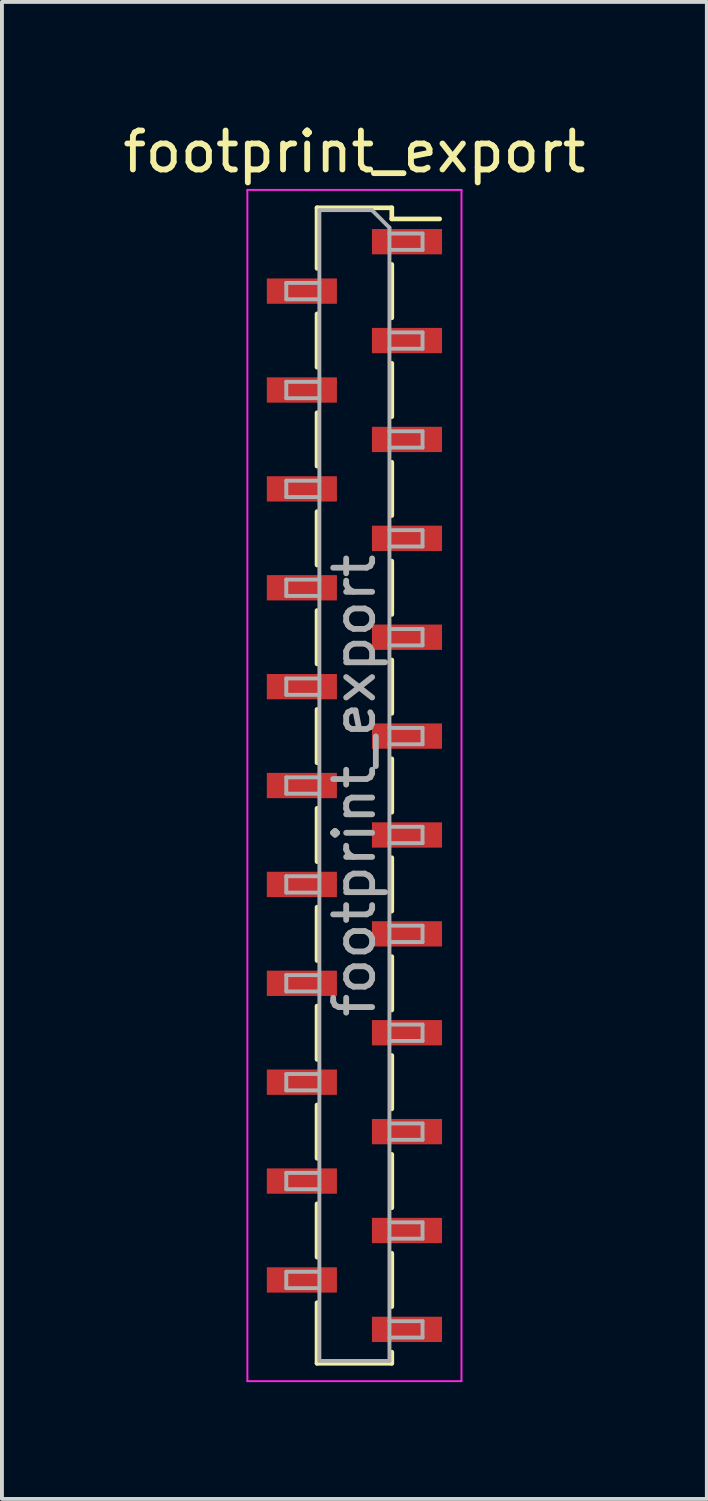
<source format=kicad_pcb>
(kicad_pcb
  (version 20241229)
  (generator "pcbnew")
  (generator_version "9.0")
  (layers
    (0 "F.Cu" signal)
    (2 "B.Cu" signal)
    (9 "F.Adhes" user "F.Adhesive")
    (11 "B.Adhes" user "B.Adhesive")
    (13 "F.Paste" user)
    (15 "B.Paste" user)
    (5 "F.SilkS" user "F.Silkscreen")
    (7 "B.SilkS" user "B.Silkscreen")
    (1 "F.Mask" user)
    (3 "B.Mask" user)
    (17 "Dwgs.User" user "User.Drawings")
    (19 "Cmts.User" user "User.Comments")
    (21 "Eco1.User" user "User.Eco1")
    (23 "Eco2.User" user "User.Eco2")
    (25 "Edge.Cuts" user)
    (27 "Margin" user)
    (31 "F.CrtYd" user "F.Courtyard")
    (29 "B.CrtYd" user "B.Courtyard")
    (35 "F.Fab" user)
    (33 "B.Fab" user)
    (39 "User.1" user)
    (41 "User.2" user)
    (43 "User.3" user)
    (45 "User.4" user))
  (footprint "footprint_export"
    (layer "F.Cu")
    (at 6.054 17.128)
    (property "Reference" "footprint_export" (at 0 -16.28 0) (layer "F.SilkS") (effects (font (size 1 1) (thickness 0.15))))
    (attr smd)
    (fp_line (start -0.96 -14.84) (end -0.96 -13.285) (stroke (width 0.12) (type solid)) (layer "F.SilkS"))
    (fp_line (start -0.96 -14.84) (end 0.96 -14.84) (stroke (width 0.12) (type solid)) (layer "F.SilkS"))
    (fp_line (start -0.96 -12.115) (end -0.96 -10.745) (stroke (width 0.12) (type solid)) (layer "F.SilkS"))
    (fp_line (start -0.96 -9.575) (end -0.96 -8.205) (stroke (width 0.12) (type solid)) (layer "F.SilkS"))
    (fp_line (start -0.96 -7.035) (end -0.96 -5.665) (stroke (width 0.12) (type solid)) (layer "F.SilkS"))
    (fp_line (start -0.96 -4.495) (end -0.96 -3.125) (stroke (width 0.12) (type solid)) (layer "F.SilkS"))
    (fp_line (start -0.96 -1.955) (end -0.96 -0.585) (stroke (width 0.12) (type solid)) (layer "F.SilkS"))
    (fp_line (start -0.96 0.585) (end -0.96 1.955) (stroke (width 0.12) (type solid)) (layer "F.SilkS"))
    (fp_line (start -0.96 3.125) (end -0.96 4.495) (stroke (width 0.12) (type solid)) (layer "F.SilkS"))
    (fp_line (start -0.96 5.665) (end -0.96 7.035) (stroke (width 0.12) (type solid)) (layer "F.SilkS"))
    (fp_line (start -0.96 8.205) (end -0.96 9.575) (stroke (width 0.12) (type solid)) (layer "F.SilkS"))
    (fp_line (start -0.96 10.745) (end -0.96 12.115) (stroke (width 0.12) (type solid)) (layer "F.SilkS"))
    (fp_line (start -0.96 13.285) (end -0.96 14.84) (stroke (width 0.12) (type solid)) (layer "F.SilkS"))
    (fp_line (start -0.96 14.84) (end 0.96 14.84) (stroke (width 0.12) (type solid)) (layer "F.SilkS"))
    (fp_line (start 0.96 -14.84) (end 0.96 -14.555) (stroke (width 0.12) (type solid)) (layer "F.SilkS"))
    (fp_line (start 0.96 -14.555) (end 2.19 -14.555) (stroke (width 0.12) (type solid)) (layer "F.SilkS"))
    (fp_line (start 0.96 -13.385) (end 0.96 -12.015) (stroke (width 0.12) (type solid)) (layer "F.SilkS"))
    (fp_line (start 0.96 -10.845) (end 0.96 -9.475) (stroke (width 0.12) (type solid)) (layer "F.SilkS"))
    (fp_line (start 0.96 -8.305) (end 0.96 -6.935) (stroke (width 0.12) (type solid)) (layer "F.SilkS"))
    (fp_line (start 0.96 -5.765) (end 0.96 -4.395) (stroke (width 0.12) (type solid)) (layer "F.SilkS"))
    (fp_line (start 0.96 -3.225) (end 0.96 -1.855) (stroke (width 0.12) (type solid)) (layer "F.SilkS"))
    (fp_line (start 0.96 -0.685) (end 0.96 0.685) (stroke (width 0.12) (type solid)) (layer "F.SilkS"))
    (fp_line (start 0.96 1.855) (end 0.96 3.225) (stroke (width 0.12) (type solid)) (layer "F.SilkS"))
    (fp_line (start 0.96 4.395) (end 0.96 5.765) (stroke (width 0.12) (type solid)) (layer "F.SilkS"))
    (fp_line (start 0.96 6.935) (end 0.96 8.305) (stroke (width 0.12) (type solid)) (layer "F.SilkS"))
    (fp_line (start 0.96 9.475) (end 0.96 10.845) (stroke (width 0.12) (type solid)) (layer "F.SilkS"))
    (fp_line (start 0.96 12.015) (end 0.96 13.385) (stroke (width 0.12) (type solid)) (layer "F.SilkS"))
    (fp_line (start 0.96 14.555) (end 0.96 14.84) (stroke (width 0.12) (type solid)) (layer "F.SilkS"))
    (fp_line (start -2.75 -15.3) (end 2.75 -15.3) (stroke (width 0.05) (type solid)) (layer "F.CrtYd"))
    (fp_line (start -2.75 15.3) (end -2.75 -15.3) (stroke (width 0.05) (type solid)) (layer "F.CrtYd"))
    (fp_line (start 2.75 -15.3) (end 2.75 15.3) (stroke (width 0.05) (type solid)) (layer "F.CrtYd"))
    (fp_line (start 2.75 15.3) (end -2.75 15.3) (stroke (width 0.05) (type solid)) (layer "F.CrtYd"))
    (fp_line (start -1.75 -12.91) (end -0.9 -12.91) (stroke (width 0.1) (type solid)) (layer "F.Fab"))
    (fp_line (start -1.75 -12.49) (end -1.75 -12.91) (stroke (width 0.1) (type solid)) (layer "F.Fab"))
    (fp_line (start -1.75 -10.37) (end -0.9 -10.37) (stroke (width 0.1) (type solid)) (layer "F.Fab"))
    (fp_line (start -1.75 -9.95) (end -1.75 -10.37) (stroke (width 0.1) (type solid)) (layer "F.Fab"))
    (fp_line (start -1.75 -7.83) (end -0.9 -7.83) (stroke (width 0.1) (type solid)) (layer "F.Fab"))
    (fp_line (start -1.75 -7.41) (end -1.75 -7.83) (stroke (width 0.1) (type solid)) (layer "F.Fab"))
    (fp_line (start -1.75 -5.29) (end -0.9 -5.29) (stroke (width 0.1) (type solid)) (layer "F.Fab"))
    (fp_line (start -1.75 -4.87) (end -1.75 -5.29) (stroke (width 0.1) (type solid)) (layer "F.Fab"))
    (fp_line (start -1.75 -2.75) (end -0.9 -2.75) (stroke (width 0.1) (type solid)) (layer "F.Fab"))
    (fp_line (start -1.75 -2.33) (end -1.75 -2.75) (stroke (width 0.1) (type solid)) (layer "F.Fab"))
    (fp_line (start -1.75 -0.21) (end -0.9 -0.21) (stroke (width 0.1) (type solid)) (layer "F.Fab"))
    (fp_line (start -1.75 0.21) (end -1.75 -0.21) (stroke (width 0.1) (type solid)) (layer "F.Fab"))
    (fp_line (start -1.75 2.33) (end -0.9 2.33) (stroke (width 0.1) (type solid)) (layer "F.Fab"))
    (fp_line (start -1.75 2.75) (end -1.75 2.33) (stroke (width 0.1) (type solid)) (layer "F.Fab"))
    (fp_line (start -1.75 4.87) (end -0.9 4.87) (stroke (width 0.1) (type solid)) (layer "F.Fab"))
    (fp_line (start -1.75 5.29) (end -1.75 4.87) (stroke (width 0.1) (type solid)) (layer "F.Fab"))
    (fp_line (start -1.75 7.41) (end -0.9 7.41) (stroke (width 0.1) (type solid)) (layer "F.Fab"))
    (fp_line (start -1.75 7.83) (end -1.75 7.41) (stroke (width 0.1) (type solid)) (layer "F.Fab"))
    (fp_line (start -1.75 9.95) (end -0.9 9.95) (stroke (width 0.1) (type solid)) (layer "F.Fab"))
    (fp_line (start -1.75 10.37) (end -1.75 9.95) (stroke (width 0.1) (type solid)) (layer "F.Fab"))
    (fp_line (start -1.75 12.49) (end -0.9 12.49) (stroke (width 0.1) (type solid)) (layer "F.Fab"))
    (fp_line (start -1.75 12.91) (end -1.75 12.49) (stroke (width 0.1) (type solid)) (layer "F.Fab"))
    (fp_line (start -0.9 -14.78) (end 0.45 -14.78) (stroke (width 0.1) (type solid)) (layer "F.Fab"))
    (fp_line (start -0.9 -12.49) (end -1.75 -12.49) (stroke (width 0.1) (type solid)) (layer "F.Fab"))
    (fp_line (start -0.9 -9.95) (end -1.75 -9.95) (stroke (width 0.1) (type solid)) (layer "F.Fab"))
    (fp_line (start -0.9 -7.41) (end -1.75 -7.41) (stroke (width 0.1) (type solid)) (layer "F.Fab"))
    (fp_line (start -0.9 -4.87) (end -1.75 -4.87) (stroke (width 0.1) (type solid)) (layer "F.Fab"))
    (fp_line (start -0.9 -2.33) (end -1.75 -2.33) (stroke (width 0.1) (type solid)) (layer "F.Fab"))
    (fp_line (start -0.9 0.21) (end -1.75 0.21) (stroke (width 0.1) (type solid)) (layer "F.Fab"))
    (fp_line (start -0.9 2.75) (end -1.75 2.75) (stroke (width 0.1) (type solid)) (layer "F.Fab"))
    (fp_line (start -0.9 5.29) (end -1.75 5.29) (stroke (width 0.1) (type solid)) (layer "F.Fab"))
    (fp_line (start -0.9 7.83) (end -1.75 7.83) (stroke (width 0.1) (type solid)) (layer "F.Fab"))
    (fp_line (start -0.9 10.37) (end -1.75 10.37) (stroke (width 0.1) (type solid)) (layer "F.Fab"))
    (fp_line (start -0.9 12.91) (end -1.75 12.91) (stroke (width 0.1) (type solid)) (layer "F.Fab"))
    (fp_line (start -0.9 14.78) (end -0.9 -14.78) (stroke (width 0.1) (type solid)) (layer "F.Fab"))
    (fp_line (start 0.45 -14.78) (end 0.9 -14.33) (stroke (width 0.1) (type solid)) (layer "F.Fab"))
    (fp_line (start 0.9 -14.33) (end 0.9 14.78) (stroke (width 0.1) (type solid)) (layer "F.Fab"))
    (fp_line (start 0.9 -14.18) (end 1.75 -14.18) (stroke (width 0.1) (type solid)) (layer "F.Fab"))
    (fp_line (start 0.9 -11.64) (end 1.75 -11.64) (stroke (width 0.1) (type solid)) (layer "F.Fab"))
    (fp_line (start 0.9 -9.1) (end 1.75 -9.1) (stroke (width 0.1) (type solid)) (layer "F.Fab"))
    (fp_line (start 0.9 -6.56) (end 1.75 -6.56) (stroke (width 0.1) (type solid)) (layer "F.Fab"))
    (fp_line (start 0.9 -4.02) (end 1.75 -4.02) (stroke (width 0.1) (type solid)) (layer "F.Fab"))
    (fp_line (start 0.9 -1.48) (end 1.75 -1.48) (stroke (width 0.1) (type solid)) (layer "F.Fab"))
    (fp_line (start 0.9 1.06) (end 1.75 1.06) (stroke (width 0.1) (type solid)) (layer "F.Fab"))
    (fp_line (start 0.9 3.6) (end 1.75 3.6) (stroke (width 0.1) (type solid)) (layer "F.Fab"))
    (fp_line (start 0.9 6.14) (end 1.75 6.14) (stroke (width 0.1) (type solid)) (layer "F.Fab"))
    (fp_line (start 0.9 8.68) (end 1.75 8.68) (stroke (width 0.1) (type solid)) (layer "F.Fab"))
    (fp_line (start 0.9 11.22) (end 1.75 11.22) (stroke (width 0.1) (type solid)) (layer "F.Fab"))
    (fp_line (start 0.9 13.76) (end 1.75 13.76) (stroke (width 0.1) (type solid)) (layer "F.Fab"))
    (fp_line (start 0.9 14.78) (end -0.9 14.78) (stroke (width 0.1) (type solid)) (layer "F.Fab"))
    (fp_line (start 1.75 -14.18) (end 1.75 -13.76) (stroke (width 0.1) (type solid)) (layer "F.Fab"))
    (fp_line (start 1.75 -13.76) (end 0.9 -13.76) (stroke (width 0.1) (type solid)) (layer "F.Fab"))
    (fp_line (start 1.75 -11.64) (end 1.75 -11.22) (stroke (width 0.1) (type solid)) (layer "F.Fab"))
    (fp_line (start 1.75 -11.22) (end 0.9 -11.22) (stroke (width 0.1) (type solid)) (layer "F.Fab"))
    (fp_line (start 1.75 -9.1) (end 1.75 -8.68) (stroke (width 0.1) (type solid)) (layer "F.Fab"))
    (fp_line (start 1.75 -8.68) (end 0.9 -8.68) (stroke (width 0.1) (type solid)) (layer "F.Fab"))
    (fp_line (start 1.75 -6.56) (end 1.75 -6.14) (stroke (width 0.1) (type solid)) (layer "F.Fab"))
    (fp_line (start 1.75 -6.14) (end 0.9 -6.14) (stroke (width 0.1) (type solid)) (layer "F.Fab"))
    (fp_line (start 1.75 -4.02) (end 1.75 -3.6) (stroke (width 0.1) (type solid)) (layer "F.Fab"))
    (fp_line (start 1.75 -3.6) (end 0.9 -3.6) (stroke (width 0.1) (type solid)) (layer "F.Fab"))
    (fp_line (start 1.75 -1.48) (end 1.75 -1.06) (stroke (width 0.1) (type solid)) (layer "F.Fab"))
    (fp_line (start 1.75 -1.06) (end 0.9 -1.06) (stroke (width 0.1) (type solid)) (layer "F.Fab"))
    (fp_line (start 1.75 1.06) (end 1.75 1.48) (stroke (width 0.1) (type solid)) (layer "F.Fab"))
    (fp_line (start 1.75 1.48) (end 0.9 1.48) (stroke (width 0.1) (type solid)) (layer "F.Fab"))
    (fp_line (start 1.75 3.6) (end 1.75 4.02) (stroke (width 0.1) (type solid)) (layer "F.Fab"))
    (fp_line (start 1.75 4.02) (end 0.9 4.02) (stroke (width 0.1) (type solid)) (layer "F.Fab"))
    (fp_line (start 1.75 6.14) (end 1.75 6.56) (stroke (width 0.1) (type solid)) (layer "F.Fab"))
    (fp_line (start 1.75 6.56) (end 0.9 6.56) (stroke (width 0.1) (type solid)) (layer "F.Fab"))
    (fp_line (start 1.75 8.68) (end 1.75 9.1) (stroke (width 0.1) (type solid)) (layer "F.Fab"))
    (fp_line (start 1.75 9.1) (end 0.9 9.1) (stroke (width 0.1) (type solid)) (layer "F.Fab"))
    (fp_line (start 1.75 11.22) (end 1.75 11.64) (stroke (width 0.1) (type solid)) (layer "F.Fab"))
    (fp_line (start 1.75 11.64) (end 0.9 11.64) (stroke (width 0.1) (type solid)) (layer "F.Fab"))
    (fp_line (start 1.75 13.76) (end 1.75 14.18) (stroke (width 0.1) (type solid)) (layer "F.Fab"))
    (fp_line (start 1.75 14.18) (end 0.9 14.18) (stroke (width 0.1) (type solid)) (layer "F.Fab"))
    (fp_text user "${REFERENCE}" (at 0 0 90) (layer "F.Fab") (effects (font (size 1 1) (thickness 0.15))))
    (pad "1" smd rect (at 1.35 -13.97) (size 1.8 0.65) (layers "F.Cu" "F.Mask" "F.Paste"))
    (pad "2" smd rect (at -1.35 -12.7) (size 1.8 0.65) (layers "F.Cu" "F.Mask" "F.Paste"))
    (pad "3" smd rect (at 1.35 -11.43) (size 1.8 0.65) (layers "F.Cu" "F.Mask" "F.Paste"))
    (pad "4" smd rect (at -1.35 -10.16) (size 1.8 0.65) (layers "F.Cu" "F.Mask" "F.Paste"))
    (pad "5" smd rect (at 1.35 -8.89) (size 1.8 0.65) (layers "F.Cu" "F.Mask" "F.Paste"))
    (pad "6" smd rect (at -1.35 -7.62) (size 1.8 0.65) (layers "F.Cu" "F.Mask" "F.Paste"))
    (pad "7" smd rect (at 1.35 -6.35) (size 1.8 0.65) (layers "F.Cu" "F.Mask" "F.Paste"))
    (pad "8" smd rect (at -1.35 -5.08) (size 1.8 0.65) (layers "F.Cu" "F.Mask" "F.Paste"))
    (pad "9" smd rect (at 1.35 -3.81) (size 1.8 0.65) (layers "F.Cu" "F.Mask" "F.Paste"))
    (pad "10" smd rect (at -1.35 -2.54) (size 1.8 0.65) (layers "F.Cu" "F.Mask" "F.Paste"))
    (pad "11" smd rect (at 1.35 -1.27) (size 1.8 0.65) (layers "F.Cu" "F.Mask" "F.Paste"))
    (pad "12" smd rect (at -1.35 0) (size 1.8 0.65) (layers "F.Cu" "F.Mask" "F.Paste"))
    (pad "13" smd rect (at 1.35 1.27) (size 1.8 0.65) (layers "F.Cu" "F.Mask" "F.Paste"))
    (pad "14" smd rect (at -1.35 2.54) (size 1.8 0.65) (layers "F.Cu" "F.Mask" "F.Paste"))
    (pad "15" smd rect (at 1.35 3.81) (size 1.8 0.65) (layers "F.Cu" "F.Mask" "F.Paste"))
    (pad "16" smd rect (at -1.35 5.08) (size 1.8 0.65) (layers "F.Cu" "F.Mask" "F.Paste"))
    (pad "17" smd rect (at 1.35 6.35) (size 1.8 0.65) (layers "F.Cu" "F.Mask" "F.Paste"))
    (pad "18" smd rect (at -1.35 7.62) (size 1.8 0.65) (layers "F.Cu" "F.Mask" "F.Paste"))
    (pad "19" smd rect (at 1.35 8.89) (size 1.8 0.65) (layers "F.Cu" "F.Mask" "F.Paste"))
    (pad "20" smd rect (at -1.35 10.16) (size 1.8 0.65) (layers "F.Cu" "F.Mask" "F.Paste"))
    (pad "21" smd rect (at 1.35 11.43) (size 1.8 0.65) (layers "F.Cu" "F.Mask" "F.Paste"))
    (pad "22" smd rect (at -1.35 12.7) (size 1.8 0.65) (layers "F.Cu" "F.Mask" "F.Paste"))
    (pad "23" smd rect (at 1.35 13.97) (size 1.8 0.65) (layers "F.Cu" "F.Mask" "F.Paste")))
  (gr_rect
    (start -3 -3)
    (end 15.107 35.453)
    (stroke (width 0.1) (type default))
    (fill no)
    (layer "Edge.Cuts")))
</source>
